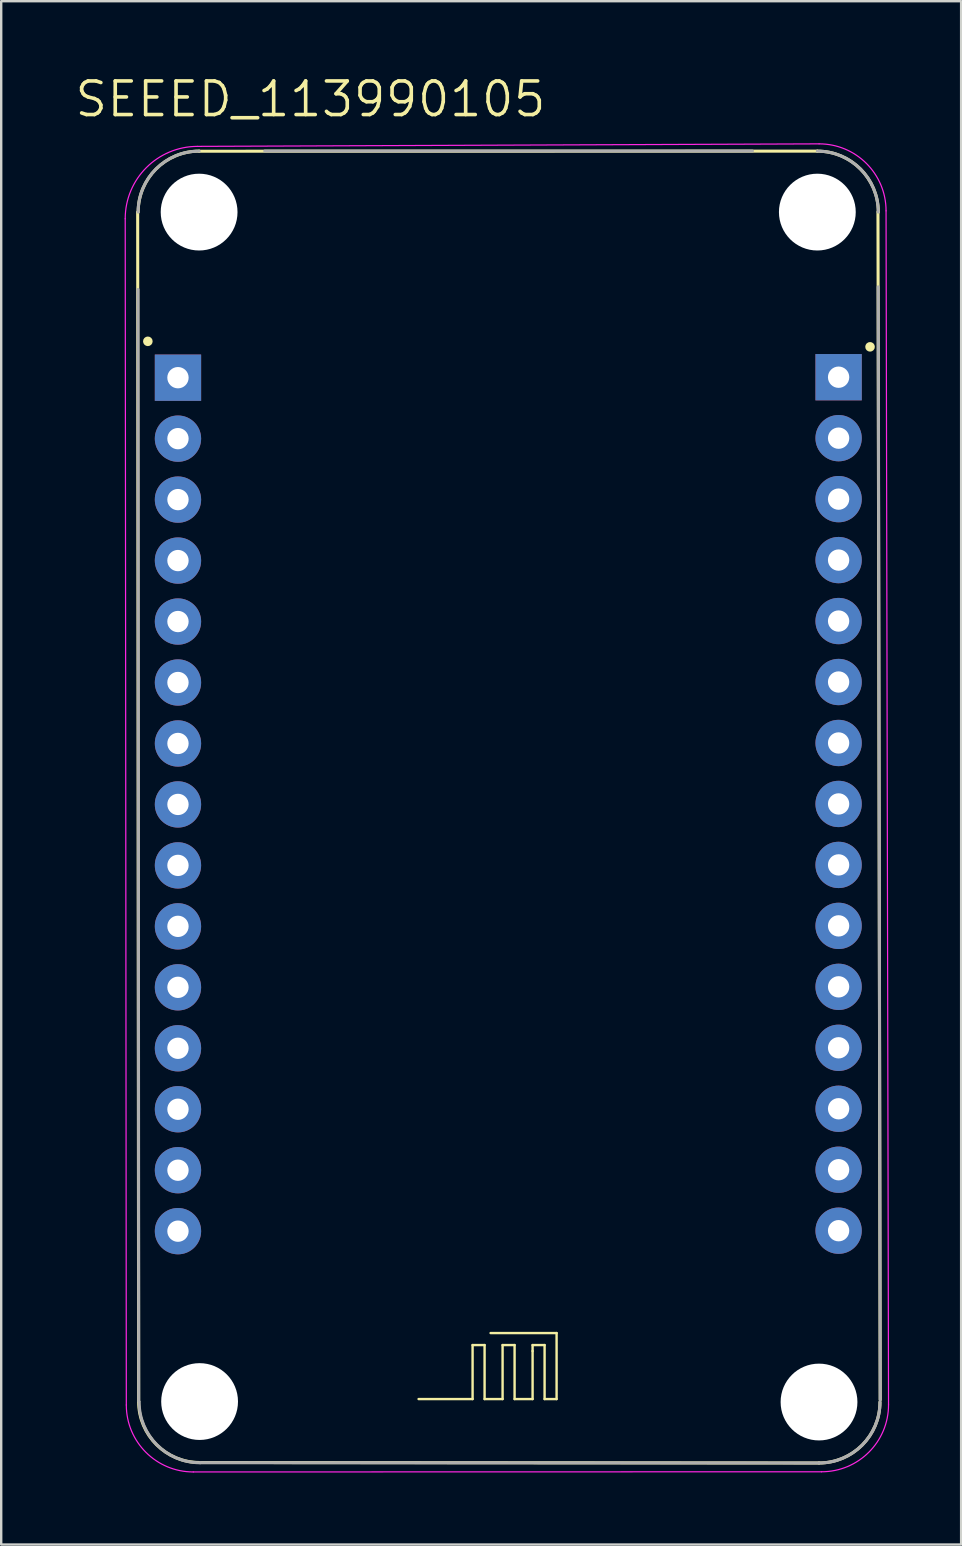
<source format=kicad_pcb>
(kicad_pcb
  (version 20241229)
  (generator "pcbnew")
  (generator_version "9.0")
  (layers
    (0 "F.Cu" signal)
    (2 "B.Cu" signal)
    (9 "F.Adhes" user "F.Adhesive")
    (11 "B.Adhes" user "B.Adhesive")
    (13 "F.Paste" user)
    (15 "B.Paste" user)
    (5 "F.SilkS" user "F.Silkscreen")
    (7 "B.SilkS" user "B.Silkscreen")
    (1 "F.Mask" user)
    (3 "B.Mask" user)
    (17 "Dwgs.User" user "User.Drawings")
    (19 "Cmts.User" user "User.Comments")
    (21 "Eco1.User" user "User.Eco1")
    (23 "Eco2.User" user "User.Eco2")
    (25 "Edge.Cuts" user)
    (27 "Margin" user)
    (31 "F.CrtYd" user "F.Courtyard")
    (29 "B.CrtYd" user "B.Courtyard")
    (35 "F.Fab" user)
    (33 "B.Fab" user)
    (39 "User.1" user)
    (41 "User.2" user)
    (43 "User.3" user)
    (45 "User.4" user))
  (footprint "SEEED_113990105"
    (layer "F.Cu")
    (at 18.14 30.491)
    (property "Reference" "SEEED_113990105" (at -8.255 -29.409 0) (layer "F.SilkS") (effects (font (size 1.4 1.4) (thickness 0.15))))
    (attr through_hole)
    (fp_line (start -15.414 24.854) (end -15.454 -24.704) (stroke (width 0.127) (type solid)) (layer "F.SilkS"))
    (fp_line (start -12.89 -27.24) (end 12.864 -27.244) (stroke (width 0.127) (type solid)) (layer "F.SilkS"))
    (fp_line (start -3.75 24.75) (end -1.5 24.75) (stroke (width 0.1) (type default)) (layer "F.SilkS"))
    (fp_line (start -1.5 22.5) (end -1 22.5) (stroke (width 0.1) (type default)) (layer "F.SilkS"))
    (fp_line (start -1.5 24.75) (end -1.5 22.5) (stroke (width 0.1) (type default)) (layer "F.SilkS"))
    (fp_line (start -1 22.5) (end -1 24.75) (stroke (width 0.1) (type default)) (layer "F.SilkS"))
    (fp_line (start -1 24.75) (end -0.25 24.75) (stroke (width 0.1) (type default)) (layer "F.SilkS"))
    (fp_line (start -0.25 22.5) (end 0.25 22.5) (stroke (width 0.1) (type default)) (layer "F.SilkS"))
    (fp_line (start -0.25 24.75) (end -0.25 22.5) (stroke (width 0.1) (type default)) (layer "F.SilkS"))
    (fp_line (start 0.25 22.5) (end 0.25 24.75) (stroke (width 0.1) (type default)) (layer "F.SilkS"))
    (fp_line (start 0.25 24.75) (end 1 24.75) (stroke (width 0.1) (type default)) (layer "F.SilkS"))
    (fp_line (start 1 22.5) (end 1.5 22.5) (stroke (width 0.1) (type default)) (layer "F.SilkS"))
    (fp_line (start 1 22.75) (end 1 22.5) (stroke (width 0.1) (type default)) (layer "F.SilkS"))
    (fp_line (start 1 24.75) (end 1 22.75) (stroke (width 0.1) (type default)) (layer "F.SilkS"))
    (fp_line (start 1.5 22.5) (end 1.5 24.75) (stroke (width 0.1) (type default)) (layer "F.SilkS"))
    (fp_line (start 1.5 24.75) (end 2 24.75) (stroke (width 0.1) (type default)) (layer "F.SilkS"))
    (fp_line (start 2 22) (end -0.75 22) (stroke (width 0.1) (type default)) (layer "F.SilkS"))
    (fp_line (start 2 24.75) (end 2 22) (stroke (width 0.1) (type default)) (layer "F.SilkS"))
    (fp_line (start 12.934 27.414) (end -12.874 27.394) (stroke (width 0.127) (type solid)) (layer "F.SilkS"))
    (fp_line (start 15.39 -24.71) (end 15.484 24.784) (stroke (width 0.127) (type solid)) (layer "F.SilkS"))
    (fp_arc (start -15.433949 -24.703949) (mid -14.69 -26.5) (end -12.893949 -27.243949) (stroke (width 0.127) (type solid)) (layer "F.SilkS"))
    (fp_arc (start -12.873949 27.393949) (mid -14.67 26.65) (end -15.413949 24.853949) (stroke (width 0.127) (type solid)) (layer "F.SilkS"))
    (fp_arc (start 12.863949 -27.243949) (mid 14.66 -26.5) (end 15.403949 -24.703949) (stroke (width 0.127) (type solid)) (layer "F.SilkS"))
    (fp_arc (start 15.473949 24.873949) (mid 14.73 26.67) (end 12.933949 27.413949) (stroke (width 0.127) (type solid)) (layer "F.SilkS"))
    (fp_circle (center -15.03 -19.32) (end -14.93 -19.32) (stroke (width 0.2) (type solid)) (fill no) (layer "F.SilkS"))
    (fp_circle (center 15.06 -19.09) (end 15.16 -19.09) (stroke (width 0.2) (type solid)) (fill no) (layer "F.SilkS"))
    (fp_line (start -15.927 24.997) (end -15.973 -24.427) (stroke (width 0.05) (type solid)) (layer "F.CrtYd"))
    (fp_line (start -12.958 -27.442) (end 12.937 -27.547) (stroke (width 0.05) (type solid)) (layer "F.CrtYd"))
    (fp_line (start 13.04 27.78) (end -13.137 27.787) (stroke (width 0.05) (type solid)) (layer "F.CrtYd"))
    (fp_line (start 15.727 -24.757) (end 15.83 24.99) (stroke (width 0.05) (type solid)) (layer "F.CrtYd"))
    (fp_arc (start -15.973083 -24.427172) (mid -15.09 -26.559124) (end -12.958048 -27.442207) (stroke (width 0.05) (type solid)) (layer "F.CrtYd"))
    (fp_arc (start -13.137172 27.787172) (mid -15.11 26.97) (end -15.927172 24.997172) (stroke (width 0.05) (type solid)) (layer "F.CrtYd"))
    (fp_arc (start 12.937172 -27.547172) (mid 14.91 -26.73) (end 15.727172 -24.757172) (stroke (width 0.05) (type solid)) (layer "F.CrtYd"))
    (fp_arc (start 15.83 24.99) (mid 15.012828 26.962828) (end 13.04 27.78) (stroke (width 0.05) (type solid)) (layer "F.CrtYd"))
    (fp_line (start -15.41 24.85) (end -15.44 -21.48) (stroke (width 0.127) (type solid)) (layer "F.Fab"))
    (fp_line (start -10.16 -27.25) (end 10.16 -27.25) (stroke (width 0.127) (type solid)) (layer "F.Fab"))
    (fp_line (start 12.934 27.414) (end -12.85 27.4) (stroke (width 0.127) (type solid)) (layer "F.Fab"))
    (fp_line (start 15.4 -21.59) (end 15.484 24.784) (stroke (width 0.127) (type solid)) (layer "F.Fab"))
    (fp_arc (start -15.433949 -24.703949) (mid -14.69 -26.5) (end -12.893949 -27.243949) (stroke (width 0.127) (type solid)) (layer "F.Fab"))
    (fp_arc (start -12.853949 27.403949) (mid -14.65 26.66) (end -15.393949 24.863949) (stroke (width 0.127) (type solid)) (layer "F.Fab"))
    (fp_arc (start 12.863949 -27.243949) (mid 14.66 -26.5) (end 15.403949 -24.703949) (stroke (width 0.127) (type solid)) (layer "F.Fab"))
    (fp_arc (start 15.473949 24.873949) (mid 14.73 26.67) (end 12.933949 27.413949) (stroke (width 0.127) (type solid)) (layer "F.Fab"))
    (fp_circle (center -13.81 -17.78) (end -13.71 -17.78) (stroke (width 0.2) (type solid)) (fill no) (layer "F.Fab"))
    (fp_circle (center 13.81 -17.78) (end 13.91 -17.78) (stroke (width 0.2) (type solid)) (fill no) (layer "F.Fab"))
    (pad "" np_thru_hole circle (at -12.894 -24.704) (size 3.2 3.2) (drill 3.2) (layers "*.Cu" "*.Mask"))
    (pad "" np_thru_hole circle (at -12.874 24.854) (size 3.2 3.2) (drill 3.2) (layers "*.Cu" "*.Mask"))
    (pad "" np_thru_hole circle (at 12.864 -24.704) (size 3.2 3.2) (drill 3.2) (layers "*.Cu" "*.Mask"))
    (pad "" np_thru_hole circle (at 12.934 24.874) (size 3.2 3.2) (drill 3.2) (layers "*.Cu" "*.Mask"))
    (pad "J1_1" thru_hole rect (at -13.775 -17.805) (size 1.93 1.93) (drill 0.889) (layers "*.Cu" "*.Mask"))
    (pad "J1_2" thru_hole circle (at -13.775 -15.265) (size 1.93 1.93) (drill 0.889) (layers "*.Cu" "*.Mask"))
    (pad "J1_3" thru_hole circle (at -13.775 -12.725) (size 1.93 1.93) (drill 0.889) (layers "*.Cu" "*.Mask"))
    (pad "J1_4" thru_hole circle (at -13.775 -10.185) (size 1.93 1.93) (drill 0.889) (layers "*.Cu" "*.Mask"))
    (pad "J1_5" thru_hole circle (at -13.775 -7.645) (size 1.93 1.93) (drill 0.889) (layers "*.Cu" "*.Mask"))
    (pad "J1_6" thru_hole circle (at -13.775 -5.105) (size 1.93 1.93) (drill 0.889) (layers "*.Cu" "*.Mask"))
    (pad "J1_7" thru_hole circle (at -13.775 -2.565) (size 1.93 1.93) (drill 0.889) (layers "*.Cu" "*.Mask"))
    (pad "J1_8" thru_hole circle (at -13.775 -0.025) (size 1.93 1.93) (drill 0.889) (layers "*.Cu" "*.Mask"))
    (pad "J1_9" thru_hole circle (at -13.775 2.515) (size 1.93 1.93) (drill 0.889) (layers "*.Cu" "*.Mask"))
    (pad "J1_10" thru_hole circle (at -13.775 5.055) (size 1.93 1.93) (drill 0.889) (layers "*.Cu" "*.Mask"))
    (pad "J1_11" thru_hole circle (at -13.775 7.595) (size 1.93 1.93) (drill 0.889) (layers "*.Cu" "*.Mask"))
    (pad "J1_12" thru_hole circle (at -13.775 10.135) (size 1.93 1.93) (drill 0.889) (layers "*.Cu" "*.Mask"))
    (pad "J1_13" thru_hole circle (at -13.775 12.675) (size 1.93 1.93) (drill 0.889) (layers "*.Cu" "*.Mask"))
    (pad "J1_14" thru_hole circle (at -13.775 15.215) (size 1.93 1.93) (drill 0.889) (layers "*.Cu" "*.Mask"))
    (pad "J1_15" thru_hole circle (at -13.775 17.755) (size 1.93 1.93) (drill 0.889) (layers "*.Cu" "*.Mask"))
    (pad "J2_1" thru_hole rect (at 13.75 -17.825) (size 1.93 1.93) (drill 0.889) (layers "*.Cu" "*.Mask"))
    (pad "J2_2" thru_hole circle (at 13.75 -15.285) (size 1.93 1.93) (drill 0.889) (layers "*.Cu" "*.Mask"))
    (pad "J2_3" thru_hole circle (at 13.75 -12.745) (size 1.93 1.93) (drill 0.889) (layers "*.Cu" "*.Mask"))
    (pad "J2_4" thru_hole circle (at 13.75 -10.205) (size 1.93 1.93) (drill 0.889) (layers "*.Cu" "*.Mask"))
    (pad "J2_5" thru_hole circle (at 13.75 -7.665) (size 1.93 1.93) (drill 0.889) (layers "*.Cu" "*.Mask"))
    (pad "J2_6" thru_hole circle (at 13.75 -5.125) (size 1.93 1.93) (drill 0.889) (layers "*.Cu" "*.Mask"))
    (pad "J2_7" thru_hole circle (at 13.75 -2.585) (size 1.93 1.93) (drill 0.889) (layers "*.Cu" "*.Mask"))
    (pad "J2_8" thru_hole circle (at 13.75 -0.045) (size 1.93 1.93) (drill 0.889) (layers "*.Cu" "*.Mask"))
    (pad "J2_9" thru_hole circle (at 13.75 2.495) (size 1.93 1.93) (drill 0.889) (layers "*.Cu" "*.Mask"))
    (pad "J2_10" thru_hole circle (at 13.75 5.035) (size 1.93 1.93) (drill 0.889) (layers "*.Cu" "*.Mask"))
    (pad "J2_11" thru_hole circle (at 13.75 7.575) (size 1.93 1.93) (drill 0.889) (layers "*.Cu" "*.Mask"))
    (pad "J2_12" thru_hole circle (at 13.75 10.115) (size 1.93 1.93) (drill 0.889) (layers "*.Cu" "*.Mask"))
    (pad "J2_13" thru_hole circle (at 13.75 12.655) (size 1.93 1.93) (drill 0.889) (layers "*.Cu" "*.Mask"))
    (pad "J2_14" thru_hole circle (at 13.75 15.195) (size 1.93 1.93) (drill 0.889) (layers "*.Cu" "*.Mask"))
    (pad "J2_15" thru_hole circle (at 13.75 17.735) (size 1.93 1.93) (drill 0.889) (layers "*.Cu" "*.Mask")))
  (gr_rect
    (start -3 -3)
    (end 36.995 61.303)
    (stroke (width 0.1) (type default))
    (fill no)
    (layer "Edge.Cuts")))
</source>
